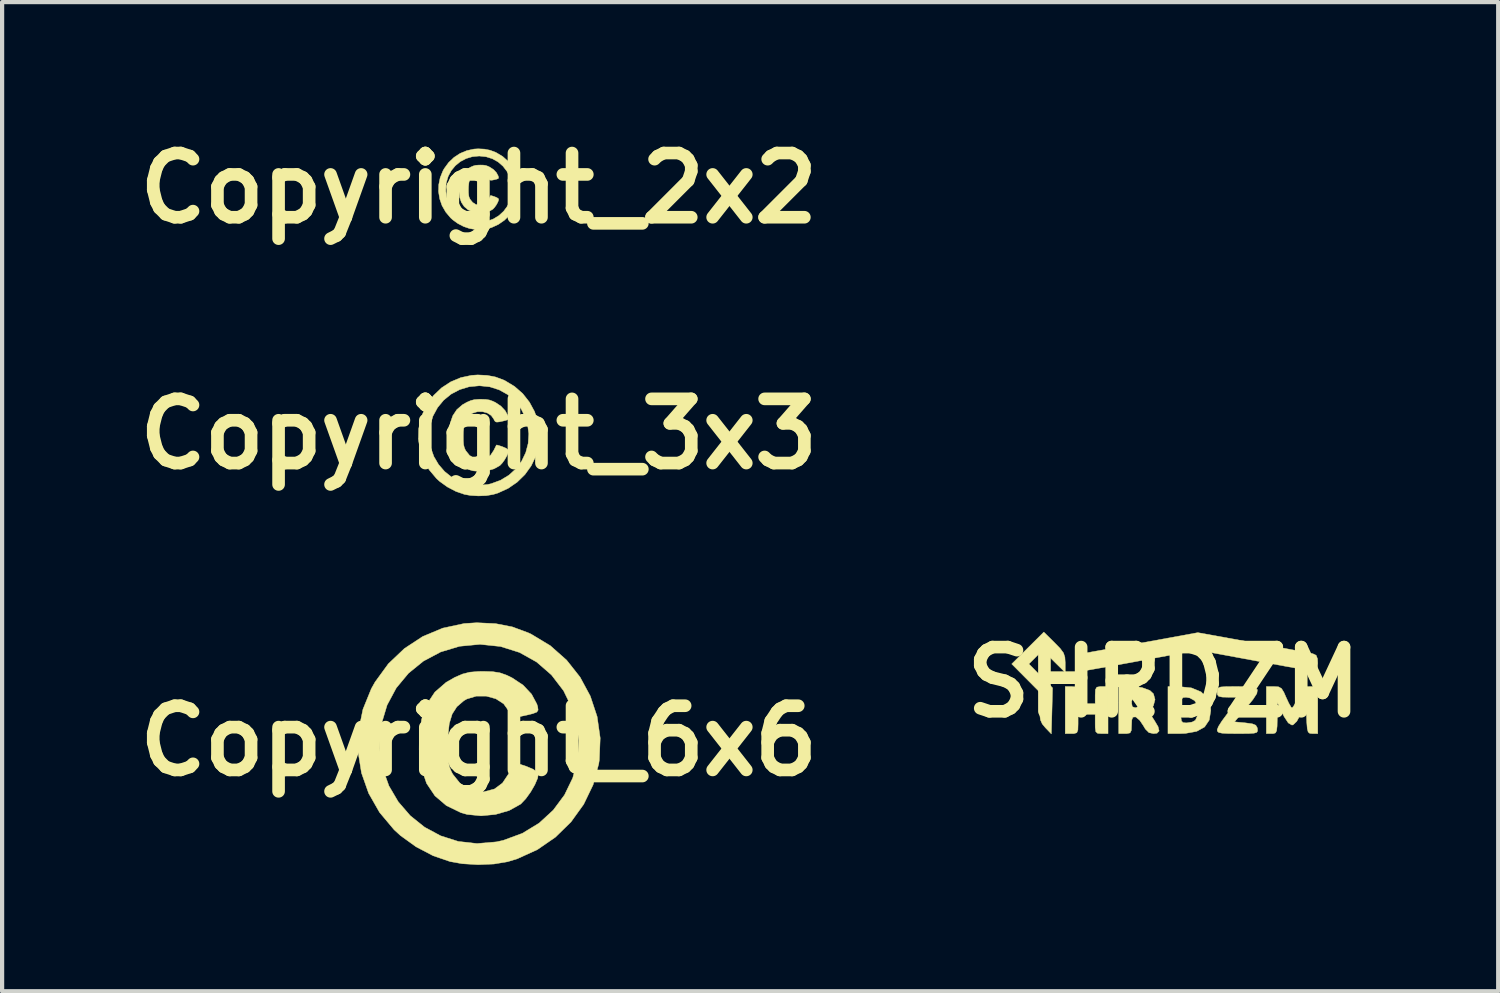
<source format=kicad_pcb>
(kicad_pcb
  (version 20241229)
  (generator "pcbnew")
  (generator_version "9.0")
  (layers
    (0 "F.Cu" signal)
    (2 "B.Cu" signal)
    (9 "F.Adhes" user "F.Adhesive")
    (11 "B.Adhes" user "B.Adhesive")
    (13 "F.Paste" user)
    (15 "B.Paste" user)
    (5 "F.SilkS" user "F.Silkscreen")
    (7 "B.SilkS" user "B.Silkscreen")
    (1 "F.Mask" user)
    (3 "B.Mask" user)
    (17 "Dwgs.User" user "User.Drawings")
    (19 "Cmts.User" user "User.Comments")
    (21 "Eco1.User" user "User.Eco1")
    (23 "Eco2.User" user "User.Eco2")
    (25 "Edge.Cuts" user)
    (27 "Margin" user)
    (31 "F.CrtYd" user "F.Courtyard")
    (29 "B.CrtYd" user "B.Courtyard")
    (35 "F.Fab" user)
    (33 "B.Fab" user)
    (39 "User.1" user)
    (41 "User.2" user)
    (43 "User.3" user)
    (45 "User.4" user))
  (footprint "Copyright_2x2"
    (layer "F.Cu")
    (at 8.317 1.418)
    (property "Reference" "Copyright_2x2" (at 0 0 0) (layer "F.SilkS") (effects (font (size 1.524 1.524) (thickness 0.3))))
    (attr through_hole)
    (fp_poly (pts (xy 0.111 -0.548) (xy 0.167 -0.539) (xy 0.221 -0.52) (xy 0.263 -0.499) (xy 0.35 -0.442) (xy 0.418 -0.37) (xy 0.46 -0.291) (xy 0.466 -0.27) (xy 0.469 -0.244) (xy 0.459 -0.228) (xy 0.428 -0.216) (xy 0.389 -0.206) (xy 0.325 -0.192) (xy 0.285 -0.189) (xy 0.261 -0.197) (xy 0.245 -0.218) (xy 0.237 -0.237) (xy 0.197 -0.293) (xy 0.135 -0.333) (xy 0.06 -0.354) (xy -0.02 -0.354) (xy -0.095 -0.332) (xy -0.119 -0.318) (xy -0.173 -0.271) (xy -0.211 -0.213) (xy -0.234 -0.137) (xy -0.244 -0.039) (xy -0.246 0.025) (xy -0.245 0.107) (xy -0.24 0.165) (xy -0.232 0.208) (xy -0.216 0.244) (xy -0.205 0.265) (xy -0.147 0.337) (xy -0.074 0.385) (xy 0.009 0.403) (xy 0.042 0.402) (xy 0.124 0.381) (xy 0.187 0.334) (xy 0.238 0.258) (xy 0.24 0.254) (xy 0.261 0.21) (xy 0.276 0.18) (xy 0.279 0.174) (xy 0.295 0.176) (xy 0.334 0.188) (xy 0.374 0.201) (xy 0.429 0.224) (xy 0.464 0.248) (xy 0.471 0.26) (xy 0.466 0.295) (xy 0.444 0.346) (xy 0.411 0.404) (xy 0.372 0.457) (xy 0.335 0.497) (xy 0.329 0.501) (xy 0.24 0.551) (xy 0.132 0.582) (xy 0.018 0.593) (xy -0.092 0.582) (xy -0.141 0.568) (xy -0.257 0.512) (xy -0.347 0.435) (xy -0.413 0.336) (xy -0.455 0.214) (xy -0.472 0.07) (xy -0.471 -0.027) (xy -0.453 -0.17) (xy -0.412 -0.289) (xy -0.348 -0.386) (xy -0.259 -0.463) (xy -0.189 -0.503) (xy -0.128 -0.529) (xy -0.072 -0.544) (xy -0.004 -0.549) (xy 0.035 -0.55) (xy 0.111 -0.548)) (stroke (width 0.01) (type solid)) (fill yes) (layer "F.SilkS"))
    (fp_poly (pts (xy 0.133 -0.928) (xy 0.265 -0.902) (xy 0.392 -0.855) (xy 0.415 -0.844) (xy 0.566 -0.754) (xy 0.695 -0.639) (xy 0.801 -0.505) (xy 0.882 -0.355) (xy 0.936 -0.192) (xy 0.961 -0.023) (xy 0.954 0.151) (xy 0.949 0.182) (xy 0.904 0.348) (xy 0.83 0.502) (xy 0.73 0.641) (xy 0.606 0.762) (xy 0.464 0.86) (xy 0.305 0.933) (xy 0.229 0.956) (xy 0.12 0.974) (xy -0.005 0.98) (xy -0.131 0.972) (xy -0.226 0.955) (xy -0.361 0.909) (xy -0.497 0.838) (xy -0.62 0.749) (xy -0.67 0.703) (xy -0.785 0.566) (xy -0.872 0.415) (xy -0.928 0.254) (xy -0.955 0.087) (xy -0.955 0.065) (xy -0.785 0.065) (xy -0.761 0.216) (xy -0.711 0.356) (xy -0.637 0.482) (xy -0.542 0.592) (xy -0.429 0.683) (xy -0.302 0.751) (xy -0.162 0.796) (xy -0.014 0.812) (xy 0.14 0.799) (xy 0.194 0.787) (xy 0.345 0.731) (xy 0.477 0.651) (xy 0.589 0.548) (xy 0.678 0.428) (xy 0.743 0.293) (xy 0.782 0.149) (xy 0.791 -0.002) (xy 0.771 -0.156) (xy 0.742 -0.249) (xy 0.671 -0.397) (xy 0.575 -0.522) (xy 0.458 -0.624) (xy 0.322 -0.7) (xy 0.172 -0.747) (xy 0.011 -0.764) (xy 0.008 -0.764) (xy -0.152 -0.749) (xy -0.302 -0.704) (xy -0.438 -0.632) (xy -0.556 -0.536) (xy -0.653 -0.419) (xy -0.726 -0.284) (xy -0.771 -0.133) (xy -0.778 -0.093) (xy -0.785 0.065) (xy -0.955 0.065) (xy -0.951 -0.083) (xy -0.917 -0.25) (xy -0.851 -0.413) (xy -0.821 -0.466) (xy -0.716 -0.61) (xy -0.589 -0.731) (xy -0.444 -0.826) (xy -0.285 -0.892) (xy -0.116 -0.929) (xy -0.016 -0.935) (xy 0.133 -0.928)) (stroke (width 0.01) (type solid)) (fill yes) (layer "F.SilkS")))
  (footprint "Copyright_3x3"
    (layer "F.Cu")
    (at 8.317 7.254)
    (property "Reference" "Copyright_3x3" (at 0 0 0) (layer "F.SilkS") (effects (font (size 1.524 1.524) (thickness 0.3))))
    (attr through_hole)
    (fp_poly (pts (xy 0.166 -0.821) (xy 0.251 -0.808) (xy 0.332 -0.779) (xy 0.395 -0.749) (xy 0.525 -0.662) (xy 0.626 -0.555) (xy 0.69 -0.437) (xy 0.699 -0.405) (xy 0.704 -0.366) (xy 0.689 -0.342) (xy 0.642 -0.324) (xy 0.584 -0.31) (xy 0.487 -0.289) (xy 0.427 -0.283) (xy 0.391 -0.295) (xy 0.368 -0.327) (xy 0.356 -0.355) (xy 0.295 -0.44) (xy 0.202 -0.5) (xy 0.089 -0.531) (xy -0.03 -0.531) (xy -0.142 -0.497) (xy -0.178 -0.476) (xy -0.26 -0.406) (xy -0.316 -0.319) (xy -0.351 -0.206) (xy -0.366 -0.058) (xy -0.368 0.038) (xy -0.367 0.161) (xy -0.361 0.248) (xy -0.347 0.311) (xy -0.325 0.367) (xy -0.308 0.397) (xy -0.221 0.506) (xy -0.111 0.577) (xy 0.013 0.605) (xy 0.063 0.603) (xy 0.186 0.571) (xy 0.281 0.501) (xy 0.356 0.387) (xy 0.359 0.381) (xy 0.392 0.314) (xy 0.414 0.27) (xy 0.419 0.26) (xy 0.443 0.264) (xy 0.501 0.281) (xy 0.561 0.301) (xy 0.644 0.336) (xy 0.696 0.372) (xy 0.707 0.389) (xy 0.698 0.443) (xy 0.665 0.52) (xy 0.616 0.606) (xy 0.559 0.686) (xy 0.502 0.746) (xy 0.494 0.752) (xy 0.36 0.826) (xy 0.199 0.873) (xy 0.027 0.889) (xy -0.138 0.873) (xy -0.211 0.852) (xy -0.385 0.768) (xy -0.521 0.652) (xy -0.62 0.504) (xy -0.682 0.322) (xy -0.708 0.105) (xy -0.706 -0.041) (xy -0.679 -0.256) (xy -0.618 -0.434) (xy -0.522 -0.579) (xy -0.388 -0.695) (xy -0.284 -0.754) (xy -0.192 -0.794) (xy -0.107 -0.816) (xy -0.006 -0.824) (xy 0.053 -0.825) (xy 0.166 -0.821)) (stroke (width 0.01) (type solid)) (fill yes) (layer "F.SilkS"))
    (fp_poly (pts (xy 0.199 -1.392) (xy 0.397 -1.354) (xy 0.588 -1.283) (xy 0.622 -1.267) (xy 0.848 -1.13) (xy 1.043 -0.959) (xy 1.202 -0.757) (xy 1.324 -0.532) (xy 1.404 -0.289) (xy 1.441 -0.034) (xy 1.43 0.227) (xy 1.423 0.273) (xy 1.356 0.522) (xy 1.245 0.753) (xy 1.095 0.962) (xy 0.91 1.143) (xy 0.696 1.29) (xy 0.458 1.399) (xy 0.343 1.434) (xy 0.18 1.462) (xy -0.008 1.469) (xy -0.197 1.458) (xy -0.339 1.433) (xy -0.542 1.363) (xy -0.745 1.257) (xy -0.93 1.124) (xy -1.005 1.055) (xy -1.178 0.849) (xy -1.307 0.622) (xy -1.393 0.381) (xy -1.433 0.13) (xy -1.432 0.098) (xy -1.177 0.098) (xy -1.142 0.324) (xy -1.067 0.534) (xy -0.956 0.723) (xy -0.814 0.888) (xy -0.644 1.024) (xy -0.453 1.127) (xy -0.243 1.193) (xy -0.021 1.218) (xy 0.21 1.198) (xy 0.291 1.18) (xy 0.517 1.097) (xy 0.716 0.976) (xy 0.884 0.822) (xy 1.018 0.642) (xy 1.115 0.44) (xy 1.172 0.223) (xy 1.187 -0.004) (xy 1.156 -0.234) (xy 1.114 -0.374) (xy 1.006 -0.595) (xy 0.862 -0.783) (xy 0.687 -0.936) (xy 0.484 -1.049) (xy 0.259 -1.121) (xy 0.016 -1.146) (xy 0.013 -1.146) (xy -0.228 -1.123) (xy -0.453 -1.055) (xy -0.657 -0.948) (xy -0.834 -0.804) (xy -0.979 -0.628) (xy -1.089 -0.425) (xy -1.157 -0.199) (xy -1.167 -0.14) (xy -1.177 0.098) (xy -1.432 0.098) (xy -1.427 -0.124) (xy -1.375 -0.376) (xy -1.276 -0.619) (xy -1.231 -0.699) (xy -1.073 -0.916) (xy -0.883 -1.097) (xy -0.666 -1.239) (xy -0.428 -1.339) (xy -0.174 -1.393) (xy -0.025 -1.403) (xy 0.199 -1.392)) (stroke (width 0.01) (type solid)) (fill yes) (layer "F.SilkS")))
  (footprint "Copyright_6x6"
    (layer "F.Cu")
    (at 8.317 14.539)
    (property "Reference" "Copyright_6x6" (at 0 0 0) (layer "F.SilkS") (effects (font (size 1.524 1.524) (thickness 0.3))))
    (attr through_hole)
    (fp_poly (pts (xy 0.332 -1.643) (xy 0.502 -1.616) (xy 0.663 -1.559) (xy 0.79 -1.497) (xy 1.05 -1.325) (xy 1.253 -1.109) (xy 1.379 -0.873) (xy 1.398 -0.81) (xy 1.408 -0.732) (xy 1.377 -0.684) (xy 1.284 -0.648) (xy 1.168 -0.619) (xy 0.974 -0.577) (xy 0.854 -0.566) (xy 0.783 -0.59) (xy 0.736 -0.655) (xy 0.711 -0.711) (xy 0.59 -0.88) (xy 0.404 -1) (xy 0.179 -1.062) (xy -0.059 -1.063) (xy -0.284 -0.995) (xy -0.356 -0.953) (xy -0.52 -0.812) (xy -0.632 -0.638) (xy -0.701 -0.412) (xy -0.733 -0.117) (xy -0.737 0.076) (xy -0.734 0.322) (xy -0.721 0.495) (xy -0.695 0.623) (xy -0.649 0.733) (xy -0.616 0.794) (xy -0.442 1.011) (xy -0.221 1.154) (xy 0.027 1.21) (xy 0.126 1.207) (xy 0.372 1.142) (xy 0.562 1.001) (xy 0.713 0.775) (xy 0.719 0.762) (xy 0.784 0.629) (xy 0.828 0.54) (xy 0.838 0.521) (xy 0.886 0.529) (xy 1.002 0.563) (xy 1.122 0.602) (xy 1.288 0.672) (xy 1.392 0.743) (xy 1.413 0.779) (xy 1.397 0.885) (xy 1.331 1.039) (xy 1.232 1.211) (xy 1.117 1.371) (xy 1.004 1.491) (xy 0.988 1.504) (xy 0.72 1.653) (xy 0.397 1.746) (xy 0.054 1.779) (xy -0.276 1.746) (xy -0.422 1.705) (xy -0.77 1.536) (xy -1.042 1.304) (xy -1.24 1.008) (xy -1.364 0.643) (xy -1.416 0.209) (xy -1.413 -0.082) (xy -1.358 -0.511) (xy -1.236 -0.867) (xy -1.043 -1.158) (xy -0.776 -1.39) (xy -0.568 -1.509) (xy -0.385 -1.588) (xy -0.215 -1.631) (xy -0.012 -1.648) (xy 0.106 -1.65) (xy 0.332 -1.643)) (stroke (width 0.01) (type solid)) (fill yes) (layer "F.SilkS"))
    (fp_poly (pts (xy 0.398 -2.784) (xy 0.794 -2.707) (xy 1.175 -2.566) (xy 1.245 -2.533) (xy 1.697 -2.261) (xy 2.085 -1.917) (xy 2.404 -1.514) (xy 2.647 -1.064) (xy 2.809 -0.577) (xy 2.882 -0.068) (xy 2.861 0.454) (xy 2.847 0.547) (xy 2.713 1.044) (xy 2.49 1.506) (xy 2.189 1.924) (xy 1.819 2.286) (xy 1.391 2.581) (xy 0.915 2.798) (xy 0.686 2.868) (xy 0.36 2.923) (xy -0.015 2.939) (xy -0.393 2.916) (xy -0.678 2.866) (xy -1.084 2.727) (xy -1.49 2.514) (xy -1.859 2.248) (xy -2.01 2.11) (xy -2.356 1.698) (xy -2.615 1.244) (xy -2.785 0.761) (xy -2.866 0.26) (xy -2.864 0.196) (xy -2.354 0.196) (xy -2.284 0.648) (xy -2.134 1.068) (xy -1.912 1.446) (xy -1.627 1.776) (xy -1.288 2.048) (xy -0.905 2.254) (xy -0.487 2.387) (xy -0.042 2.437) (xy 0.421 2.397) (xy 0.582 2.361) (xy 1.035 2.194) (xy 1.432 1.952) (xy 1.767 1.644) (xy 2.035 1.283) (xy 2.23 0.88) (xy 2.345 0.446) (xy 2.374 -0.007) (xy 2.312 -0.469) (xy 2.227 -0.748) (xy 2.013 -1.19) (xy 1.725 -1.566) (xy 1.373 -1.872) (xy 0.967 -2.099) (xy 0.517 -2.241) (xy 0.032 -2.292) (xy 0.025 -2.292) (xy -0.457 -2.246) (xy -0.906 -2.111) (xy -1.313 -1.895) (xy -1.667 -1.608) (xy -1.959 -1.257) (xy -2.177 -0.851) (xy -2.313 -0.398) (xy -2.333 -0.28) (xy -2.354 0.196) (xy -2.864 0.196) (xy -2.854 -0.248) (xy -2.75 -0.751) (xy -2.552 -1.238) (xy -2.463 -1.397) (xy -2.147 -1.831) (xy -1.766 -2.193) (xy -1.332 -2.478) (xy -0.856 -2.677) (xy -0.348 -2.786) (xy -0.049 -2.805) (xy 0.398 -2.784)) (stroke (width 0.01) (type solid)) (fill yes) (layer "F.SilkS")))
  (footprint "SHRDZM"
    (layer "F.Cu")
    (at 24.576 13.147)
    (property "Reference" "SHRDZM" (at 0 0 0) (layer "F.SilkS") (effects (font (size 1.524 1.524) (thickness 0.3))))
    (attr through_hole)
    (fp_poly (pts (xy -2.591 -0.94) (xy -2.455 -0.8) (xy -2.378 -0.695) (xy -2.345 -0.594) (xy -2.337 -0.466) (xy -2.337 -0.461) (xy -2.337 -0.232) (xy -2.605 -0.497) (xy -2.873 -0.761) (xy -3.2 -0.434) (xy -2.638 0.134) (xy -2.652 0.68) (xy -2.667 1.226) (xy -2.807 1.08) (xy -2.882 0.99) (xy -2.924 0.897) (xy -2.943 0.767) (xy -2.946 0.583) (xy -2.946 0.231) (xy -3.277 -0.102) (xy -3.607 -0.434) (xy -3.226 -0.812) (xy -2.845 -1.191) (xy -2.591 -0.94)) (stroke (width 0.01) (type solid)) (fill yes) (layer "F.SilkS"))
    (fp_poly (pts (xy -2.087 0.11) (xy -2.043 0.153) (xy -2.032 0.261) (xy -2.032 0.305) (xy -2.032 0.508) (xy -1.626 0.508) (xy -1.626 0.305) (xy -1.62 0.175) (xy -1.587 0.117) (xy -1.506 0.102) (xy -1.473 0.102) (xy -1.321 0.102) (xy -1.321 1.219) (xy -1.473 1.219) (xy -1.567 1.213) (xy -1.611 1.174) (xy -1.625 1.077) (xy -1.626 0.991) (xy -1.626 0.762) (xy -2.032 0.762) (xy -2.032 0.991) (xy -2.036 1.131) (xy -2.062 1.198) (xy -2.127 1.218) (xy -2.184 1.219) (xy -2.337 1.219) (xy -2.337 0.102) (xy -2.184 0.102) (xy -2.087 0.11)) (stroke (width 0.01) (type solid)) (fill yes) (layer "F.SilkS"))
    (fp_poly (pts (xy 0.659 0.134) (xy 0.889 0.229) (xy 1.042 0.384) (xy 1.113 0.593) (xy 1.118 0.673) (xy 1.082 0.898) (xy 0.972 1.061) (xy 0.785 1.165) (xy 0.516 1.214) (xy 0.373 1.219) (xy 0.102 1.219) (xy 0.102 0.657) (xy 0.406 0.657) (xy 0.406 0.66) (xy 0.409 0.829) (xy 0.423 0.92) (xy 0.46 0.958) (xy 0.532 0.965) (xy 0.549 0.965) (xy 0.676 0.945) (xy 0.752 0.904) (xy 0.802 0.795) (xy 0.809 0.644) (xy 0.775 0.5) (xy 0.733 0.435) (xy 0.62 0.372) (xy 0.53 0.356) (xy 0.461 0.363) (xy 0.424 0.399) (xy 0.409 0.489) (xy 0.406 0.657) (xy 0.102 0.657) (xy 0.102 0.102) (xy 0.357 0.102) (xy 0.659 0.134)) (stroke (width 0.01) (type solid)) (fill yes) (layer "F.SilkS"))
    (fp_poly (pts (xy 2.001 0.106) (xy 2.157 0.127) (xy 2.226 0.177) (xy 2.212 0.267) (xy 2.12 0.408) (xy 1.957 0.61) (xy 1.682 0.94) (xy 1.946 0.965) (xy 2.104 0.987) (xy 2.187 1.02) (xy 2.221 1.079) (xy 2.226 1.105) (xy 2.229 1.158) (xy 2.208 1.191) (xy 2.145 1.209) (xy 2.021 1.217) (xy 1.818 1.219) (xy 1.756 1.219) (xy 1.53 1.217) (xy 1.386 1.209) (xy 1.307 1.192) (xy 1.275 1.161) (xy 1.27 1.129) (xy 1.301 1.05) (xy 1.384 0.919) (xy 1.503 0.759) (xy 1.553 0.697) (xy 1.836 0.356) (xy 1.553 0.356) (xy 1.392 0.352) (xy 1.307 0.335) (xy 1.275 0.294) (xy 1.27 0.229) (xy 1.273 0.17) (xy 1.296 0.133) (xy 1.357 0.112) (xy 1.476 0.104) (xy 1.671 0.102) (xy 1.753 0.102) (xy 2.001 0.106)) (stroke (width 0.01) (type solid)) (fill yes) (layer "F.SilkS"))
    (fp_poly (pts (xy 2.727 0.109) (xy 2.797 0.148) (xy 2.855 0.241) (xy 2.905 0.356) (xy 2.97 0.496) (xy 3.024 0.589) (xy 3.048 0.61) (xy 3.086 0.567) (xy 3.146 0.456) (xy 3.191 0.356) (xy 3.257 0.208) (xy 3.316 0.133) (xy 3.394 0.105) (xy 3.477 0.102) (xy 3.658 0.102) (xy 3.658 1.219) (xy 3.533 1.219) (xy 3.468 1.213) (xy 3.43 1.181) (xy 3.409 1.101) (xy 3.397 0.951) (xy 3.393 0.851) (xy 3.378 0.483) (xy 3.258 0.749) (xy 3.159 0.929) (xy 3.072 1.011) (xy 3.045 1.016) (xy 2.959 0.966) (xy 2.86 0.816) (xy 2.827 0.749) (xy 2.701 0.483) (xy 2.697 0.851) (xy 2.693 1.041) (xy 2.681 1.151) (xy 2.654 1.203) (xy 2.604 1.218) (xy 2.565 1.219) (xy 2.438 1.219) (xy 2.438 0.102) (xy 2.619 0.102) (xy 2.727 0.109)) (stroke (width 0.01) (type solid)) (fill yes) (layer "F.SilkS"))
    (fp_poly (pts (xy 2.12 -0.941) (xy 2.478 -0.876) (xy 2.807 -0.816) (xy 3.093 -0.763) (xy 3.321 -0.72) (xy 3.477 -0.69) (xy 3.543 -0.677) (xy 3.62 -0.64) (xy 3.652 -0.557) (xy 3.658 -0.452) (xy 3.647 -0.326) (xy 3.622 -0.258) (xy 3.613 -0.254) (xy 3.553 -0.263) (xy 3.407 -0.288) (xy 3.187 -0.327) (xy 2.907 -0.377) (xy 2.58 -0.437) (xy 2.22 -0.503) (xy 2.189 -0.509) (xy 0.81 -0.764) (xy -0.568 -0.509) (xy -0.932 -0.442) (xy -1.265 -0.382) (xy -1.552 -0.331) (xy -1.782 -0.29) (xy -1.94 -0.264) (xy -2.013 -0.254) (xy -2.015 -0.254) (xy -2.065 -0.301) (xy -2.083 -0.443) (xy -2.083 -0.457) (xy -2.076 -0.584) (xy -2.06 -0.655) (xy -2.054 -0.66) (xy -1.998 -0.669) (xy -1.856 -0.694) (xy -1.639 -0.733) (xy -1.361 -0.782) (xy -1.035 -0.841) (xy -0.673 -0.907) (xy -0.607 -0.919) (xy 0.811 -1.178) (xy 2.12 -0.941)) (stroke (width 0.01) (type solid)) (fill yes) (layer "F.SilkS"))
    (fp_poly (pts (xy -0.517 0.125) (xy -0.327 0.195) (xy -0.242 0.274) (xy -0.205 0.411) (xy -0.244 0.558) (xy -0.282 0.612) (xy -0.325 0.675) (xy -0.32 0.741) (xy -0.262 0.844) (xy -0.231 0.89) (xy -0.133 1.054) (xy -0.108 1.157) (xy -0.157 1.209) (xy -0.241 1.219) (xy -0.349 1.196) (xy -0.434 1.111) (xy -0.483 1.029) (xy -0.566 0.906) (xy -0.651 0.831) (xy -0.673 0.822) (xy -0.731 0.829) (xy -0.757 0.895) (xy -0.762 1.012) (xy -0.768 1.144) (xy -0.799 1.203) (xy -0.877 1.219) (xy -0.914 1.219) (xy -1.067 1.219) (xy -1.067 0.486) (xy -0.762 0.486) (xy -0.745 0.581) (xy -0.678 0.604) (xy -0.648 0.6) (xy -0.545 0.543) (xy -0.517 0.47) (xy -0.524 0.385) (xy -0.596 0.357) (xy -0.631 0.356) (xy -0.73 0.375) (xy -0.761 0.454) (xy -0.762 0.486) (xy -1.067 0.486) (xy -1.067 0.102) (xy -0.784 0.102) (xy -0.517 0.125)) (stroke (width 0.01) (type solid)) (fill yes) (layer "F.SilkS")))
  (gr_rect
    (start -3 -3)
    (end 32.518 20.483)
    (stroke (width 0.1) (type default))
    (fill no)
    (layer "Edge.Cuts")))
</source>
